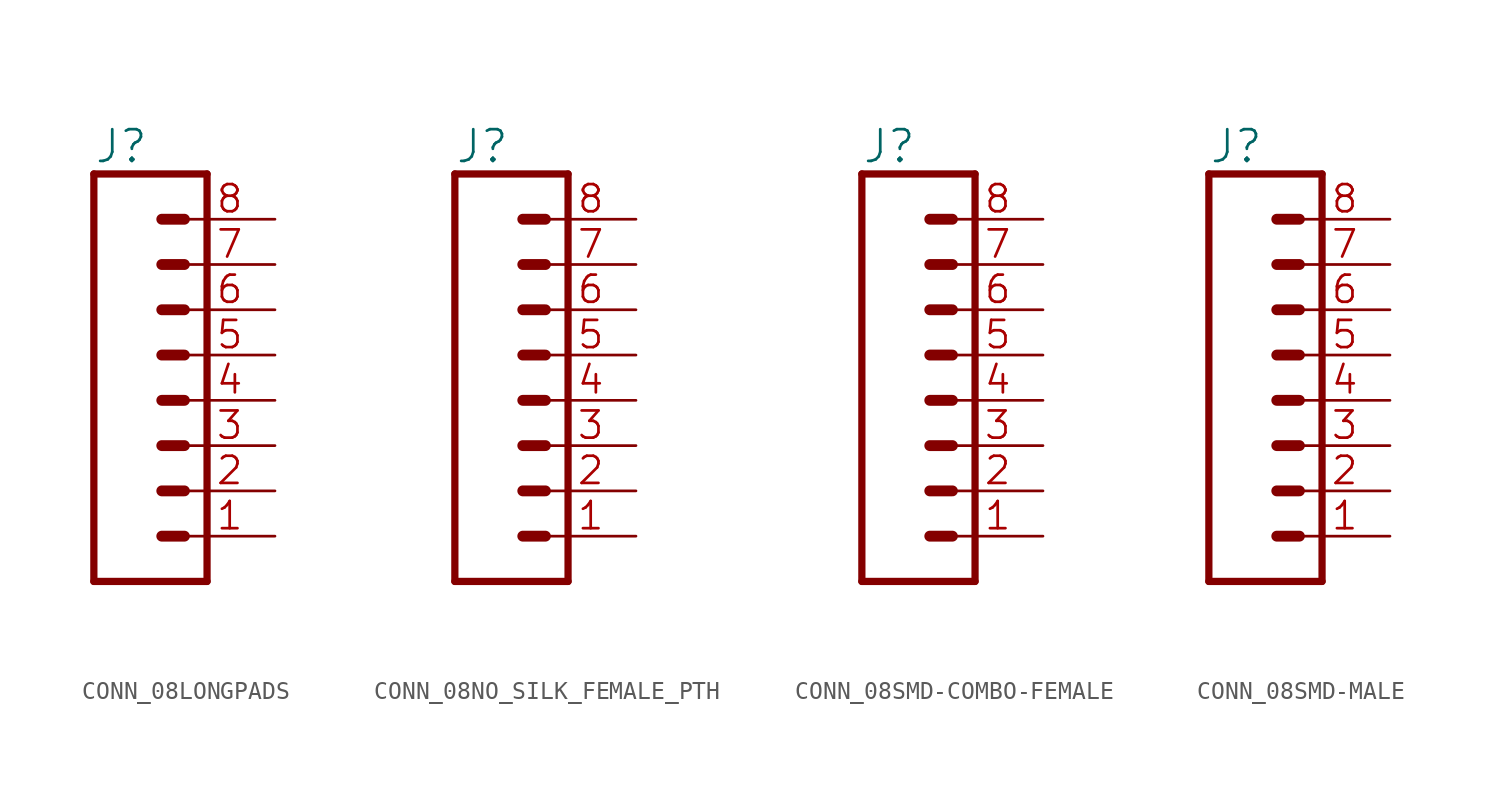
<source format=kicad_sym>
(kicad_symbol_lib
  (version 20241209)
  (generator "kicad_symbol_editor")
  (generator_version "9.0")
  (symbol "CONN_08LONGPADS"
    (property "Reference" "J"
      (at -5.08 13.208 0)
      (effects (font (size 1.778 1.778)) (justify left bottom)))
    (property "Value" ""
      (at -5.08 -12.446 0)
      (effects (font (size 1.778 1.778)) (justify left bottom)))
    (property "ki_locked" ""
      (at 0 0 0)
      (effects (font (size 1.27 1.27))))
    (symbol "CONN_08LONGPADS_1_0"
      (polyline (pts (xy -5.08 12.7) (xy -5.08 -10.16)) (stroke (width 0.406) (type solid)) (fill (type none)))
      (polyline (pts (xy -5.08 12.7) (xy 1.27 12.7)) (stroke (width 0.406) (type solid)) (fill (type none)))
      (polyline (pts (xy -1.27 10.16) (xy 0 10.16)) (stroke (width 0.61) (type solid)) (fill (type none)))
      (polyline (pts (xy -1.27 7.62) (xy 0 7.62)) (stroke (width 0.61) (type solid)) (fill (type none)))
      (polyline (pts (xy -1.27 5.08) (xy 0 5.08)) (stroke (width 0.61) (type solid)) (fill (type none)))
      (polyline (pts (xy -1.27 2.54) (xy 0 2.54)) (stroke (width 0.61) (type solid)) (fill (type none)))
      (polyline (pts (xy -1.27 0) (xy 0 0)) (stroke (width 0.61) (type solid)) (fill (type none)))
      (polyline (pts (xy -1.27 -2.54) (xy 0 -2.54)) (stroke (width 0.61) (type solid)) (fill (type none)))
      (polyline (pts (xy -1.27 -5.08) (xy 0 -5.08)) (stroke (width 0.61) (type solid)) (fill (type none)))
      (polyline (pts (xy -1.27 -7.62) (xy 0 -7.62)) (stroke (width 0.61) (type solid)) (fill (type none)))
      (polyline (pts (xy 1.27 -10.16) (xy -5.08 -10.16)) (stroke (width 0.406) (type solid)) (fill (type none)))
      (polyline (pts (xy 1.27 -10.16) (xy 1.27 12.7)) (stroke (width 0.406) (type solid)) (fill (type none)))
      (pin passive line (at 5.08 10.16 180) (length 5.08) (name "8" (effects (font (size 0 0)))) (number "8" (effects (font (size 1.524 1.524)))))
      (pin passive line (at 5.08 7.62 180) (length 5.08) (name "7" (effects (font (size 0 0)))) (number "7" (effects (font (size 1.524 1.524)))))
      (pin passive line (at 5.08 5.08 180) (length 5.08) (name "6" (effects (font (size 0 0)))) (number "6" (effects (font (size 1.524 1.524)))))
      (pin passive line (at 5.08 2.54 180) (length 5.08) (name "5" (effects (font (size 0 0)))) (number "5" (effects (font (size 1.524 1.524)))))
      (pin passive line (at 5.08 0 180) (length 5.08) (name "4" (effects (font (size 0 0)))) (number "4" (effects (font (size 1.524 1.524)))))
      (pin passive line (at 5.08 -2.54 180) (length 5.08) (name "3" (effects (font (size 0 0)))) (number "3" (effects (font (size 1.524 1.524)))))
      (pin passive line (at 5.08 -5.08 180) (length 5.08) (name "2" (effects (font (size 0 0)))) (number "2" (effects (font (size 1.524 1.524)))))
      (pin passive line (at 5.08 -7.62 180) (length 5.08) (name "1" (effects (font (size 0 0)))) (number "1" (effects (font (size 1.524 1.524)))))))
  (symbol "CONN_08NO_SILK_FEMALE_PTH"
    (property "Reference" "J"
      (at -5.08 13.208 0)
      (effects (font (size 1.778 1.778)) (justify left bottom)))
    (property "Value" ""
      (at -5.08 -12.446 0)
      (effects (font (size 1.778 1.778)) (justify left bottom)))
    (property "ki_locked" ""
      (at 0 0 0)
      (effects (font (size 1.27 1.27))))
    (symbol "CONN_08NO_SILK_FEMALE_PTH_1_0"
      (polyline (pts (xy -5.08 12.7) (xy -5.08 -10.16)) (stroke (width 0.406) (type solid)) (fill (type none)))
      (polyline (pts (xy -5.08 12.7) (xy 1.27 12.7)) (stroke (width 0.406) (type solid)) (fill (type none)))
      (polyline (pts (xy -1.27 10.16) (xy 0 10.16)) (stroke (width 0.61) (type solid)) (fill (type none)))
      (polyline (pts (xy -1.27 7.62) (xy 0 7.62)) (stroke (width 0.61) (type solid)) (fill (type none)))
      (polyline (pts (xy -1.27 5.08) (xy 0 5.08)) (stroke (width 0.61) (type solid)) (fill (type none)))
      (polyline (pts (xy -1.27 2.54) (xy 0 2.54)) (stroke (width 0.61) (type solid)) (fill (type none)))
      (polyline (pts (xy -1.27 0) (xy 0 0)) (stroke (width 0.61) (type solid)) (fill (type none)))
      (polyline (pts (xy -1.27 -2.54) (xy 0 -2.54)) (stroke (width 0.61) (type solid)) (fill (type none)))
      (polyline (pts (xy -1.27 -5.08) (xy 0 -5.08)) (stroke (width 0.61) (type solid)) (fill (type none)))
      (polyline (pts (xy -1.27 -7.62) (xy 0 -7.62)) (stroke (width 0.61) (type solid)) (fill (type none)))
      (polyline (pts (xy 1.27 -10.16) (xy -5.08 -10.16)) (stroke (width 0.406) (type solid)) (fill (type none)))
      (polyline (pts (xy 1.27 -10.16) (xy 1.27 12.7)) (stroke (width 0.406) (type solid)) (fill (type none)))
      (pin passive line (at 5.08 10.16 180) (length 5.08) (name "8" (effects (font (size 0 0)))) (number "8" (effects (font (size 1.524 1.524)))))
      (pin passive line (at 5.08 7.62 180) (length 5.08) (name "7" (effects (font (size 0 0)))) (number "7" (effects (font (size 1.524 1.524)))))
      (pin passive line (at 5.08 5.08 180) (length 5.08) (name "6" (effects (font (size 0 0)))) (number "6" (effects (font (size 1.524 1.524)))))
      (pin passive line (at 5.08 2.54 180) (length 5.08) (name "5" (effects (font (size 0 0)))) (number "5" (effects (font (size 1.524 1.524)))))
      (pin passive line (at 5.08 0 180) (length 5.08) (name "4" (effects (font (size 0 0)))) (number "4" (effects (font (size 1.524 1.524)))))
      (pin passive line (at 5.08 -2.54 180) (length 5.08) (name "3" (effects (font (size 0 0)))) (number "3" (effects (font (size 1.524 1.524)))))
      (pin passive line (at 5.08 -5.08 180) (length 5.08) (name "2" (effects (font (size 0 0)))) (number "2" (effects (font (size 1.524 1.524)))))
      (pin passive line (at 5.08 -7.62 180) (length 5.08) (name "1" (effects (font (size 0 0)))) (number "1" (effects (font (size 1.524 1.524)))))))
  (symbol "CONN_08SMD-COMBO-FEMALE"
    (property "Reference" "J"
      (at -5.08 13.208 0)
      (effects (font (size 1.778 1.778)) (justify left bottom)))
    (property "Value" ""
      (at -5.08 -12.446 0)
      (effects (font (size 1.778 1.778)) (justify left bottom)))
    (property "ki_locked" ""
      (at 0 0 0)
      (effects (font (size 1.27 1.27))))
    (symbol "CONN_08SMD-COMBO-FEMALE_1_0"
      (polyline (pts (xy -5.08 12.7) (xy -5.08 -10.16)) (stroke (width 0.406) (type solid)) (fill (type none)))
      (polyline (pts (xy -5.08 12.7) (xy 1.27 12.7)) (stroke (width 0.406) (type solid)) (fill (type none)))
      (polyline (pts (xy -1.27 10.16) (xy 0 10.16)) (stroke (width 0.61) (type solid)) (fill (type none)))
      (polyline (pts (xy -1.27 7.62) (xy 0 7.62)) (stroke (width 0.61) (type solid)) (fill (type none)))
      (polyline (pts (xy -1.27 5.08) (xy 0 5.08)) (stroke (width 0.61) (type solid)) (fill (type none)))
      (polyline (pts (xy -1.27 2.54) (xy 0 2.54)) (stroke (width 0.61) (type solid)) (fill (type none)))
      (polyline (pts (xy -1.27 0) (xy 0 0)) (stroke (width 0.61) (type solid)) (fill (type none)))
      (polyline (pts (xy -1.27 -2.54) (xy 0 -2.54)) (stroke (width 0.61) (type solid)) (fill (type none)))
      (polyline (pts (xy -1.27 -5.08) (xy 0 -5.08)) (stroke (width 0.61) (type solid)) (fill (type none)))
      (polyline (pts (xy -1.27 -7.62) (xy 0 -7.62)) (stroke (width 0.61) (type solid)) (fill (type none)))
      (polyline (pts (xy 1.27 -10.16) (xy -5.08 -10.16)) (stroke (width 0.406) (type solid)) (fill (type none)))
      (polyline (pts (xy 1.27 -10.16) (xy 1.27 12.7)) (stroke (width 0.406) (type solid)) (fill (type none)))
      (pin passive line (at 5.08 10.16 180) (length 5.08) (name "8" (effects (font (size 0 0)))) (number "8" (effects (font (size 1.524 1.524)))))
      (pin passive line (at 5.08 7.62 180) (length 5.08) (name "7" (effects (font (size 0 0)))) (number "7" (effects (font (size 1.524 1.524)))))
      (pin passive line (at 5.08 5.08 180) (length 5.08) (name "6" (effects (font (size 0 0)))) (number "6" (effects (font (size 1.524 1.524)))))
      (pin passive line (at 5.08 2.54 180) (length 5.08) (name "5" (effects (font (size 0 0)))) (number "5" (effects (font (size 1.524 1.524)))))
      (pin passive line (at 5.08 0 180) (length 5.08) (name "4" (effects (font (size 0 0)))) (number "4" (effects (font (size 1.524 1.524)))))
      (pin passive line (at 5.08 -2.54 180) (length 5.08) (name "3" (effects (font (size 0 0)))) (number "3" (effects (font (size 1.524 1.524)))))
      (pin passive line (at 5.08 -5.08 180) (length 5.08) (name "2" (effects (font (size 0 0)))) (number "2" (effects (font (size 1.524 1.524)))))
      (pin passive line (at 5.08 -7.62 180) (length 5.08) (name "1" (effects (font (size 0 0)))) (number "1" (effects (font (size 1.524 1.524)))))))
  (symbol "CONN_08SMD-MALE"
    (property "Reference" "J"
      (at -5.08 13.208 0)
      (effects (font (size 1.778 1.778)) (justify left bottom)))
    (property "Value" ""
      (at -5.08 -12.446 0)
      (effects (font (size 1.778 1.778)) (justify left bottom)))
    (property "ki_locked" ""
      (at 0 0 0)
      (effects (font (size 1.27 1.27))))
    (symbol "CONN_08SMD-MALE_1_0"
      (polyline (pts (xy -5.08 12.7) (xy -5.08 -10.16)) (stroke (width 0.406) (type solid)) (fill (type none)))
      (polyline (pts (xy -5.08 12.7) (xy 1.27 12.7)) (stroke (width 0.406) (type solid)) (fill (type none)))
      (polyline (pts (xy -1.27 10.16) (xy 0 10.16)) (stroke (width 0.61) (type solid)) (fill (type none)))
      (polyline (pts (xy -1.27 7.62) (xy 0 7.62)) (stroke (width 0.61) (type solid)) (fill (type none)))
      (polyline (pts (xy -1.27 5.08) (xy 0 5.08)) (stroke (width 0.61) (type solid)) (fill (type none)))
      (polyline (pts (xy -1.27 2.54) (xy 0 2.54)) (stroke (width 0.61) (type solid)) (fill (type none)))
      (polyline (pts (xy -1.27 0) (xy 0 0)) (stroke (width 0.61) (type solid)) (fill (type none)))
      (polyline (pts (xy -1.27 -2.54) (xy 0 -2.54)) (stroke (width 0.61) (type solid)) (fill (type none)))
      (polyline (pts (xy -1.27 -5.08) (xy 0 -5.08)) (stroke (width 0.61) (type solid)) (fill (type none)))
      (polyline (pts (xy -1.27 -7.62) (xy 0 -7.62)) (stroke (width 0.61) (type solid)) (fill (type none)))
      (polyline (pts (xy 1.27 -10.16) (xy -5.08 -10.16)) (stroke (width 0.406) (type solid)) (fill (type none)))
      (polyline (pts (xy 1.27 -10.16) (xy 1.27 12.7)) (stroke (width 0.406) (type solid)) (fill (type none)))
      (pin passive line (at 5.08 10.16 180) (length 5.08) (name "8" (effects (font (size 0 0)))) (number "8" (effects (font (size 1.524 1.524)))))
      (pin passive line (at 5.08 7.62 180) (length 5.08) (name "7" (effects (font (size 0 0)))) (number "7" (effects (font (size 1.524 1.524)))))
      (pin passive line (at 5.08 5.08 180) (length 5.08) (name "6" (effects (font (size 0 0)))) (number "6" (effects (font (size 1.524 1.524)))))
      (pin passive line (at 5.08 2.54 180) (length 5.08) (name "5" (effects (font (size 0 0)))) (number "5" (effects (font (size 1.524 1.524)))))
      (pin passive line (at 5.08 0 180) (length 5.08) (name "4" (effects (font (size 0 0)))) (number "4" (effects (font (size 1.524 1.524)))))
      (pin passive line (at 5.08 -2.54 180) (length 5.08) (name "3" (effects (font (size 0 0)))) (number "3" (effects (font (size 1.524 1.524)))))
      (pin passive line (at 5.08 -5.08 180) (length 5.08) (name "2" (effects (font (size 0 0)))) (number "2" (effects (font (size 1.524 1.524)))))
      (pin passive line (at 5.08 -7.62 180) (length 5.08) (name "1" (effects (font (size 0 0)))) (number "1" (effects (font (size 1.524 1.524))))))))
</source>
